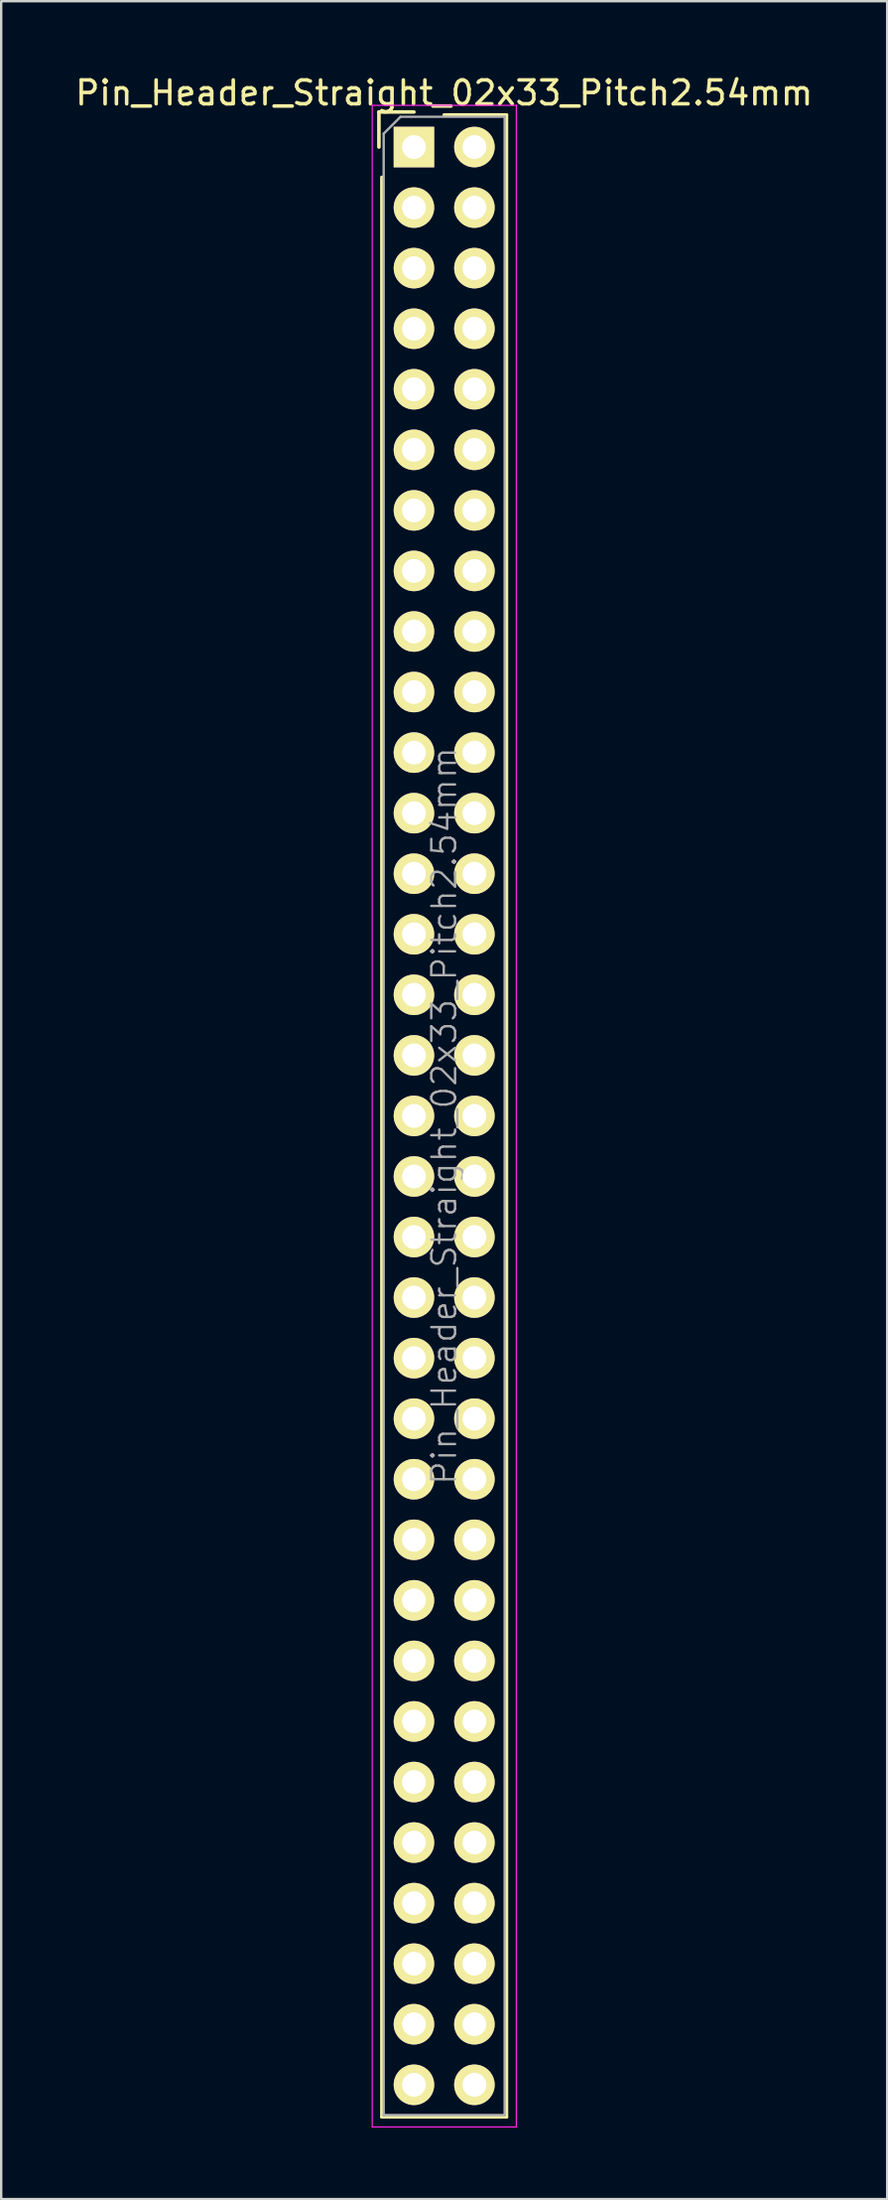
<source format=kicad_pcb>
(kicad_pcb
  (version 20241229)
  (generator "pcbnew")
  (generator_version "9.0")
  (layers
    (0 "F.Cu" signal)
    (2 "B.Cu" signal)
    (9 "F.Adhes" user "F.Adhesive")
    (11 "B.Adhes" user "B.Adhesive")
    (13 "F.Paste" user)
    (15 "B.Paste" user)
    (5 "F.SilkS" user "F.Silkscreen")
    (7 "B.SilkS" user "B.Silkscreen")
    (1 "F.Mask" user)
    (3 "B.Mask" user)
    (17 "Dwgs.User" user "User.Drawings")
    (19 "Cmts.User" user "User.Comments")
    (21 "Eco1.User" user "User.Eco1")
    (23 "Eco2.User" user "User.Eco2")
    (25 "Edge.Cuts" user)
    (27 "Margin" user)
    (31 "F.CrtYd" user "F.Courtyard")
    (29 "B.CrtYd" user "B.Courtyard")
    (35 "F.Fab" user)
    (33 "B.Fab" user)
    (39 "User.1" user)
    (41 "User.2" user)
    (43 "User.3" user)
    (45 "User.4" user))
  (footprint "Pin_Header_Straight_02x33_Pitch2.54mm"
    (layer "F.Cu")
    (at 14.331 3.118)
    (property "Reference" "Pin_Header_Straight_02x33_Pitch2.54mm" (at 1.27 -2.27 0) (layer "F.SilkS") (effects (font (size 1 1) (thickness 0.15))))
    (attr smd)
    (fp_line (start -1.47 -1.47) (end -1.47 0) (stroke (width 0.15) (type solid)) (layer "F.SilkS"))
    (fp_line (start -1.47 -1.47) (end 0 -1.47) (stroke (width 0.15) (type solid)) (layer "F.SilkS"))
    (fp_line (start -1.345 1.27) (end -1.345 82.625) (stroke (width 0.15) (type solid)) (layer "F.SilkS"))
    (fp_line (start -1.345 82.625) (end 3.885 82.625) (stroke (width 0.15) (type solid)) (layer "F.SilkS"))
    (fp_line (start 1.27 -1.345) (end 3.885 -1.345) (stroke (width 0.15) (type solid)) (layer "F.SilkS"))
    (fp_line (start 3.885 -1.345) (end 3.885 82.625) (stroke (width 0.15) (type solid)) (layer "F.SilkS"))
    (fp_line (start -1.75 -1.75) (end -1.75 83.05) (stroke (width 0.05) (type solid)) (layer "F.CrtYd"))
    (fp_line (start 4.3 -1.75) (end -1.75 -1.75) (stroke (width 0.05) (type solid)) (layer "F.CrtYd"))
    (fp_line (start 4.3 -1.75) (end 4.3 83.05) (stroke (width 0.05) (type solid)) (layer "F.CrtYd"))
    (fp_line (start 4.3 83.05) (end -1.75 83.05) (stroke (width 0.05) (type solid)) (layer "F.CrtYd"))
    (fp_line (start -1.27 -0.563) (end -0.563 -1.27) (stroke (width 0.1) (type solid)) (layer "F.Fab"))
    (fp_line (start -1.27 82.55) (end -1.27 -0.563) (stroke (width 0.1) (type solid)) (layer "F.Fab"))
    (fp_line (start 3.81 -1.27) (end -0.563 -1.27) (stroke (width 0.1) (type solid)) (layer "F.Fab"))
    (fp_line (start 3.81 82.55) (end -1.27 82.55) (stroke (width 0.1) (type solid)) (layer "F.Fab"))
    (fp_line (start 3.81 82.55) (end 3.81 -1.27) (stroke (width 0.1) (type solid)) (layer "F.Fab"))
    (fp_text user "${REFERENCE}" (at 1.27 40.64 90) (layer "F.Fab") (effects (font (size 1 1) (thickness 0.1))))
    (pad "1" thru_hole rect (at 0 0) (size 1.7 1.7) (drill 1) (layers "*.Cu" "*.Mask" "F.SilkS"))
    (pad "2" thru_hole oval (at 2.54 0) (size 1.7 1.7) (drill 1) (layers "*.Cu" "*.Mask" "F.SilkS"))
    (pad "3" thru_hole oval (at 0 2.54) (size 1.7 1.7) (drill 1) (layers "*.Cu" "*.Mask" "F.SilkS"))
    (pad "4" thru_hole oval (at 2.54 2.54) (size 1.7 1.7) (drill 1) (layers "*.Cu" "*.Mask" "F.SilkS"))
    (pad "5" thru_hole oval (at 0 5.08) (size 1.7 1.7) (drill 1) (layers "*.Cu" "*.Mask" "F.SilkS"))
    (pad "6" thru_hole oval (at 2.54 5.08) (size 1.7 1.7) (drill 1) (layers "*.Cu" "*.Mask" "F.SilkS"))
    (pad "7" thru_hole oval (at 0 7.62) (size 1.7 1.7) (drill 1) (layers "*.Cu" "*.Mask" "F.SilkS"))
    (pad "8" thru_hole oval (at 2.54 7.62) (size 1.7 1.7) (drill 1) (layers "*.Cu" "*.Mask" "F.SilkS"))
    (pad "9" thru_hole oval (at 0 10.16) (size 1.7 1.7) (drill 1) (layers "*.Cu" "*.Mask" "F.SilkS"))
    (pad "10" thru_hole oval (at 2.54 10.16) (size 1.7 1.7) (drill 1) (layers "*.Cu" "*.Mask" "F.SilkS"))
    (pad "11" thru_hole oval (at 0 12.7) (size 1.7 1.7) (drill 1) (layers "*.Cu" "*.Mask" "F.SilkS"))
    (pad "12" thru_hole oval (at 2.54 12.7) (size 1.7 1.7) (drill 1) (layers "*.Cu" "*.Mask" "F.SilkS"))
    (pad "13" thru_hole oval (at 0 15.24) (size 1.7 1.7) (drill 1) (layers "*.Cu" "*.Mask" "F.SilkS"))
    (pad "14" thru_hole oval (at 2.54 15.24) (size 1.7 1.7) (drill 1) (layers "*.Cu" "*.Mask" "F.SilkS"))
    (pad "15" thru_hole oval (at 0 17.78) (size 1.7 1.7) (drill 1) (layers "*.Cu" "*.Mask" "F.SilkS"))
    (pad "16" thru_hole oval (at 2.54 17.78) (size 1.7 1.7) (drill 1) (layers "*.Cu" "*.Mask" "F.SilkS"))
    (pad "17" thru_hole oval (at 0 20.32) (size 1.7 1.7) (drill 1) (layers "*.Cu" "*.Mask" "F.SilkS"))
    (pad "18" thru_hole oval (at 2.54 20.32) (size 1.7 1.7) (drill 1) (layers "*.Cu" "*.Mask" "F.SilkS"))
    (pad "19" thru_hole oval (at 0 22.86) (size 1.7 1.7) (drill 1) (layers "*.Cu" "*.Mask" "F.SilkS"))
    (pad "20" thru_hole oval (at 2.54 22.86) (size 1.7 1.7) (drill 1) (layers "*.Cu" "*.Mask" "F.SilkS"))
    (pad "21" thru_hole oval (at 0 25.4) (size 1.7 1.7) (drill 1) (layers "*.Cu" "*.Mask" "F.SilkS"))
    (pad "22" thru_hole oval (at 2.54 25.4) (size 1.7 1.7) (drill 1) (layers "*.Cu" "*.Mask" "F.SilkS"))
    (pad "23" thru_hole oval (at 0 27.94) (size 1.7 1.7) (drill 1) (layers "*.Cu" "*.Mask" "F.SilkS"))
    (pad "24" thru_hole oval (at 2.54 27.94) (size 1.7 1.7) (drill 1) (layers "*.Cu" "*.Mask" "F.SilkS"))
    (pad "25" thru_hole oval (at 0 30.48) (size 1.7 1.7) (drill 1) (layers "*.Cu" "*.Mask" "F.SilkS"))
    (pad "26" thru_hole oval (at 2.54 30.48) (size 1.7 1.7) (drill 1) (layers "*.Cu" "*.Mask" "F.SilkS"))
    (pad "27" thru_hole oval (at 0 33.02) (size 1.7 1.7) (drill 1) (layers "*.Cu" "*.Mask" "F.SilkS"))
    (pad "28" thru_hole oval (at 2.54 33.02) (size 1.7 1.7) (drill 1) (layers "*.Cu" "*.Mask" "F.SilkS"))
    (pad "29" thru_hole oval (at 0 35.56) (size 1.7 1.7) (drill 1) (layers "*.Cu" "*.Mask" "F.SilkS"))
    (pad "30" thru_hole oval (at 2.54 35.56) (size 1.7 1.7) (drill 1) (layers "*.Cu" "*.Mask" "F.SilkS"))
    (pad "31" thru_hole oval (at 0 38.1) (size 1.7 1.7) (drill 1) (layers "*.Cu" "*.Mask" "F.SilkS"))
    (pad "32" thru_hole oval (at 2.54 38.1) (size 1.7 1.7) (drill 1) (layers "*.Cu" "*.Mask" "F.SilkS"))
    (pad "33" thru_hole oval (at 0 40.64) (size 1.7 1.7) (drill 1) (layers "*.Cu" "*.Mask" "F.SilkS"))
    (pad "34" thru_hole oval (at 2.54 40.64) (size 1.7 1.7) (drill 1) (layers "*.Cu" "*.Mask" "F.SilkS"))
    (pad "35" thru_hole oval (at 0 43.18) (size 1.7 1.7) (drill 1) (layers "*.Cu" "*.Mask" "F.SilkS"))
    (pad "36" thru_hole oval (at 2.54 43.18) (size 1.7 1.7) (drill 1) (layers "*.Cu" "*.Mask" "F.SilkS"))
    (pad "37" thru_hole oval (at 0 45.72) (size 1.7 1.7) (drill 1) (layers "*.Cu" "*.Mask" "F.SilkS"))
    (pad "38" thru_hole oval (at 2.54 45.72) (size 1.7 1.7) (drill 1) (layers "*.Cu" "*.Mask" "F.SilkS"))
    (pad "39" thru_hole oval (at 0 48.26) (size 1.7 1.7) (drill 1) (layers "*.Cu" "*.Mask" "F.SilkS"))
    (pad "40" thru_hole oval (at 2.54 48.26) (size 1.7 1.7) (drill 1) (layers "*.Cu" "*.Mask" "F.SilkS"))
    (pad "41" thru_hole oval (at 0 50.8) (size 1.7 1.7) (drill 1) (layers "*.Cu" "*.Mask" "F.SilkS"))
    (pad "42" thru_hole oval (at 2.54 50.8) (size 1.7 1.7) (drill 1) (layers "*.Cu" "*.Mask" "F.SilkS"))
    (pad "43" thru_hole oval (at 0 53.34) (size 1.7 1.7) (drill 1) (layers "*.Cu" "*.Mask" "F.SilkS"))
    (pad "44" thru_hole oval (at 2.54 53.34) (size 1.7 1.7) (drill 1) (layers "*.Cu" "*.Mask" "F.SilkS"))
    (pad "45" thru_hole oval (at 0 55.88) (size 1.7 1.7) (drill 1) (layers "*.Cu" "*.Mask" "F.SilkS"))
    (pad "46" thru_hole oval (at 2.54 55.88) (size 1.7 1.7) (drill 1) (layers "*.Cu" "*.Mask" "F.SilkS"))
    (pad "47" thru_hole oval (at 0 58.42) (size 1.7 1.7) (drill 1) (layers "*.Cu" "*.Mask" "F.SilkS"))
    (pad "48" thru_hole oval (at 2.54 58.42) (size 1.7 1.7) (drill 1) (layers "*.Cu" "*.Mask" "F.SilkS"))
    (pad "49" thru_hole oval (at 0 60.96) (size 1.7 1.7) (drill 1) (layers "*.Cu" "*.Mask" "F.SilkS"))
    (pad "50" thru_hole oval (at 2.54 60.96) (size 1.7 1.7) (drill 1) (layers "*.Cu" "*.Mask" "F.SilkS"))
    (pad "51" thru_hole oval (at 0 63.5) (size 1.7 1.7) (drill 1) (layers "*.Cu" "*.Mask" "F.SilkS"))
    (pad "52" thru_hole oval (at 2.54 63.5) (size 1.7 1.7) (drill 1) (layers "*.Cu" "*.Mask" "F.SilkS"))
    (pad "53" thru_hole oval (at 0 66.04) (size 1.7 1.7) (drill 1) (layers "*.Cu" "*.Mask" "F.SilkS"))
    (pad "54" thru_hole oval (at 2.54 66.04) (size 1.7 1.7) (drill 1) (layers "*.Cu" "*.Mask" "F.SilkS"))
    (pad "55" thru_hole oval (at 0 68.58) (size 1.7 1.7) (drill 1) (layers "*.Cu" "*.Mask" "F.SilkS"))
    (pad "56" thru_hole oval (at 2.54 68.58) (size 1.7 1.7) (drill 1) (layers "*.Cu" "*.Mask" "F.SilkS"))
    (pad "57" thru_hole oval (at 0 71.12) (size 1.7 1.7) (drill 1) (layers "*.Cu" "*.Mask" "F.SilkS"))
    (pad "58" thru_hole oval (at 2.54 71.12) (size 1.7 1.7) (drill 1) (layers "*.Cu" "*.Mask" "F.SilkS"))
    (pad "59" thru_hole oval (at 0 73.66) (size 1.7 1.7) (drill 1) (layers "*.Cu" "*.Mask" "F.SilkS"))
    (pad "60" thru_hole oval (at 2.54 73.66) (size 1.7 1.7) (drill 1) (layers "*.Cu" "*.Mask" "F.SilkS"))
    (pad "61" thru_hole oval (at 0 76.2) (size 1.7 1.7) (drill 1) (layers "*.Cu" "*.Mask" "F.SilkS"))
    (pad "62" thru_hole oval (at 2.54 76.2) (size 1.7 1.7) (drill 1) (layers "*.Cu" "*.Mask" "F.SilkS"))
    (pad "63" thru_hole oval (at 0 78.74) (size 1.7 1.7) (drill 1) (layers "*.Cu" "*.Mask" "F.SilkS"))
    (pad "64" thru_hole oval (at 2.54 78.74) (size 1.7 1.7) (drill 1) (layers "*.Cu" "*.Mask" "F.SilkS"))
    (pad "65" thru_hole oval (at 0 81.28) (size 1.7 1.7) (drill 1) (layers "*.Cu" "*.Mask" "F.SilkS"))
    (pad "66" thru_hole oval (at 2.54 81.28) (size 1.7 1.7) (drill 1) (layers "*.Cu" "*.Mask" "F.SilkS")))
  (gr_rect
    (start -3 -3)
    (end 34.202 89.193)
    (stroke (width 0.1) (type default))
    (fill no)
    (layer "Edge.Cuts")))
</source>
